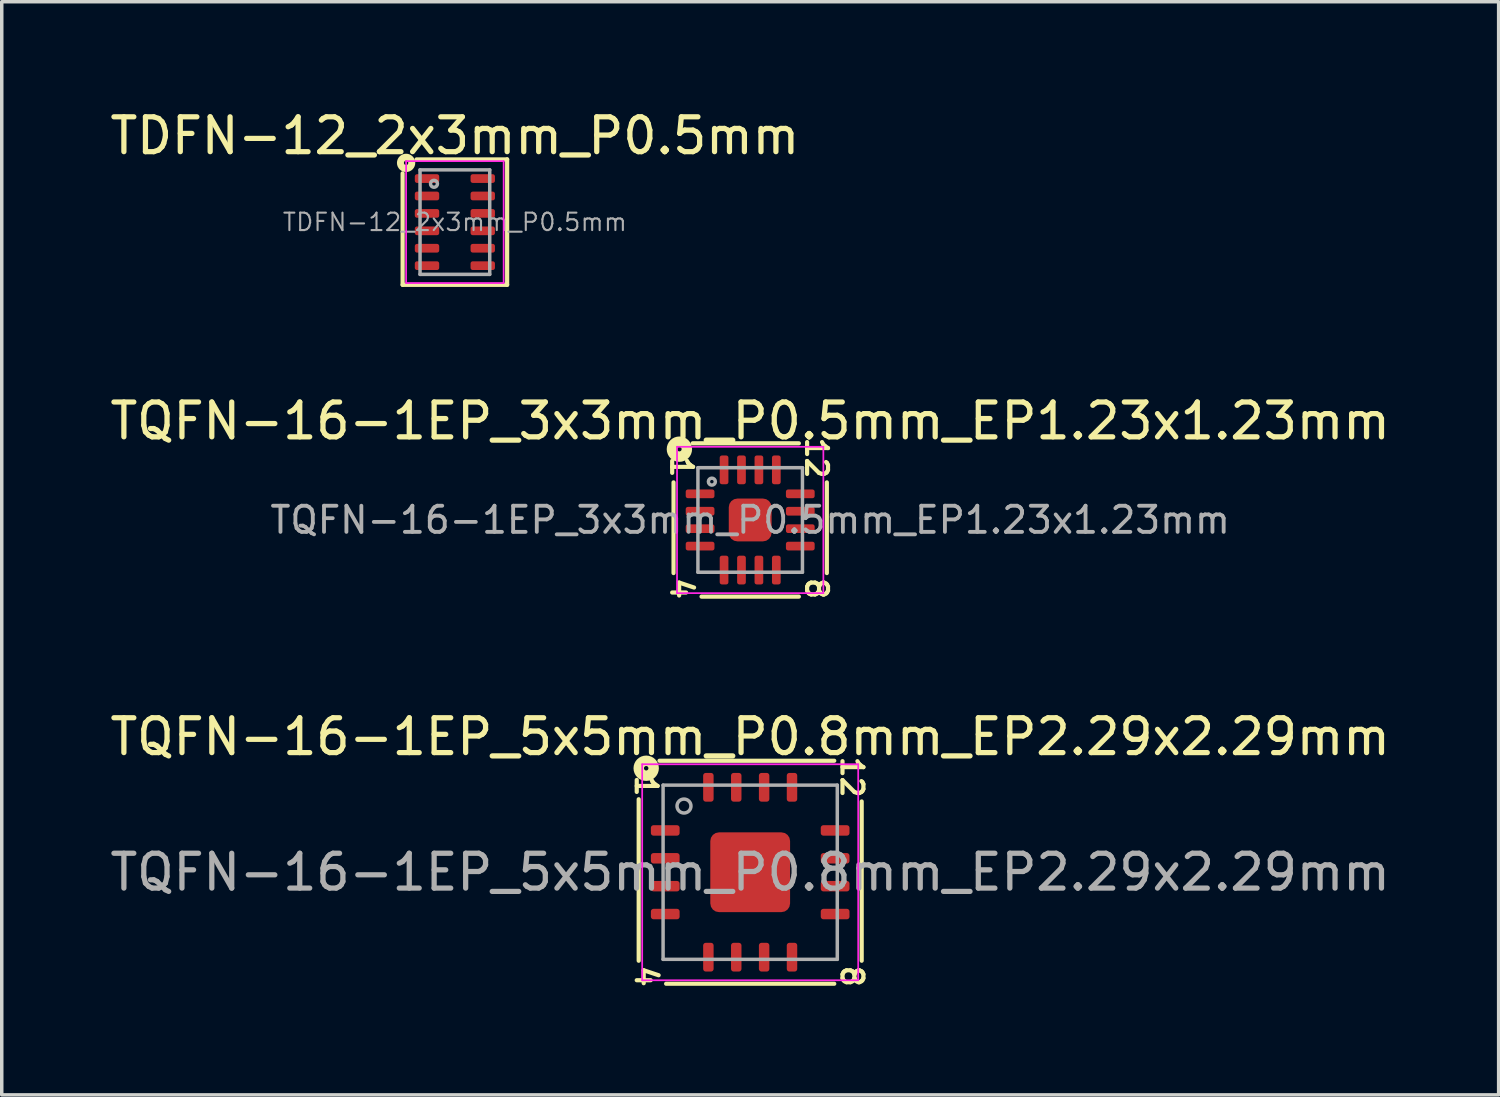
<source format=kicad_pcb>
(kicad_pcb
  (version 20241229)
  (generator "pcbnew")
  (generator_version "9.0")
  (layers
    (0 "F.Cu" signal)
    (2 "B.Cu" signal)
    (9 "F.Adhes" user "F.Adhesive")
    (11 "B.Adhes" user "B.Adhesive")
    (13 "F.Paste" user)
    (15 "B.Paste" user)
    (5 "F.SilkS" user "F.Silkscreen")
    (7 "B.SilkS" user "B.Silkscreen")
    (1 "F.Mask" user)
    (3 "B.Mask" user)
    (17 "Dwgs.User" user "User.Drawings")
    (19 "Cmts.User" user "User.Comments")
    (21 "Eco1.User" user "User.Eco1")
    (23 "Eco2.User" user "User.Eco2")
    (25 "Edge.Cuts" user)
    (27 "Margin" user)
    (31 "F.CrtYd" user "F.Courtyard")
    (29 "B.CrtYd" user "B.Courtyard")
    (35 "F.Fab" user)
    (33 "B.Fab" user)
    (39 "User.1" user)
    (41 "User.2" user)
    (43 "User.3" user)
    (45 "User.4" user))
  (footprint "TDFN-12_2x3mm_P0.5mm"
    (layer "F.Cu")
    (at 10.006 3.325)
    (property "Reference" "TDFN-12_2x3mm_P0.5mm" (at 0 -2.477 0) (layer "F.SilkS") (effects (font (size 1 1) (thickness 0.15))))
    (attr smd)
    (fp_line (start -1.5 -1.4) (end -1.5 1.8) (stroke (width 0.12) (type solid)) (layer "F.SilkS"))
    (fp_line (start -1.5 1.8) (end 1.5 1.8) (stroke (width 0.12) (type solid)) (layer "F.SilkS"))
    (fp_line (start 1.5 -1.8) (end -1.1 -1.8) (stroke (width 0.12) (type solid)) (layer "F.SilkS"))
    (fp_line (start 1.5 1.8) (end 1.5 -1.8) (stroke (width 0.12) (type solid)) (layer "F.SilkS"))
    (fp_circle (center -1.4 -1.7) (end -1.337 -1.7) (stroke (width 0.2) (type solid)) (fill no) (layer "F.SilkS"))
    (fp_line (start -1.4 -1.75) (end -1.4 1.75) (stroke (width 0.05) (type solid)) (layer "F.CrtYd"))
    (fp_line (start -1.4 1.75) (end 1.4 1.75) (stroke (width 0.05) (type solid)) (layer "F.CrtYd"))
    (fp_line (start 1.4 -1.75) (end -1.4 -1.75) (stroke (width 0.05) (type solid)) (layer "F.CrtYd"))
    (fp_line (start 1.4 1.75) (end 1.4 -1.75) (stroke (width 0.05) (type solid)) (layer "F.CrtYd"))
    (fp_line (start -1 -1.5) (end 1 -1.5) (stroke (width 0.1) (type solid)) (layer "F.Fab"))
    (fp_line (start -1 1.5) (end -1 -1.5) (stroke (width 0.1) (type solid)) (layer "F.Fab"))
    (fp_line (start 1 -1.5) (end 1 1.5) (stroke (width 0.1) (type solid)) (layer "F.Fab"))
    (fp_line (start 1 1.5) (end -1 1.5) (stroke (width 0.1) (type solid)) (layer "F.Fab"))
    (fp_circle (center -0.6 -1.1) (end -0.5 -1.1) (stroke (width 0.1) (type solid)) (fill no) (layer "F.Fab"))
    (fp_text user "${REFERENCE}" (at 0 0 0) (layer "F.Fab") (effects (font (size 0.5 0.5) (thickness 0.06))))
    (pad "1" smd roundrect (at -0.8 -1.25) (size 0.7 0.25) (layers "F.Cu" "F.Mask" "F.Paste") (roundrect_rratio 0.25))
    (pad "2" smd roundrect (at -0.8 -0.75) (size 0.7 0.25) (layers "F.Cu" "F.Mask" "F.Paste") (roundrect_rratio 0.25))
    (pad "3" smd roundrect (at -0.8 -0.25) (size 0.7 0.25) (layers "F.Cu" "F.Mask" "F.Paste") (roundrect_rratio 0.25))
    (pad "4" smd roundrect (at -0.8 0.25) (size 0.7 0.25) (layers "F.Cu" "F.Mask" "F.Paste") (roundrect_rratio 0.25))
    (pad "5" smd roundrect (at -0.8 0.75) (size 0.7 0.25) (layers "F.Cu" "F.Mask" "F.Paste") (roundrect_rratio 0.25))
    (pad "6" smd roundrect (at -0.8 1.25) (size 0.7 0.25) (layers "F.Cu" "F.Mask" "F.Paste") (roundrect_rratio 0.25))
    (pad "7" smd roundrect (at 0.8 1.25) (size 0.7 0.25) (layers "F.Cu" "F.Mask" "F.Paste") (roundrect_rratio 0.25))
    (pad "8" smd roundrect (at 0.8 0.75) (size 0.7 0.25) (layers "F.Cu" "F.Mask" "F.Paste") (roundrect_rratio 0.25))
    (pad "9" smd roundrect (at 0.8 0.25) (size 0.7 0.25) (layers "F.Cu" "F.Mask" "F.Paste") (roundrect_rratio 0.25))
    (pad "10" smd roundrect (at 0.8 -0.25) (size 0.7 0.25) (layers "F.Cu" "F.Mask" "F.Paste") (roundrect_rratio 0.25))
    (pad "11" smd roundrect (at 0.8 -0.75) (size 0.7 0.25) (layers "F.Cu" "F.Mask" "F.Paste") (roundrect_rratio 0.25))
    (pad "12" smd roundrect (at 0.8 -1.25) (size 0.7 0.25) (layers "F.Cu" "F.Mask" "F.Paste") (roundrect_rratio 0.25)))
  (footprint "TQFN-16-1EP_3x3mm_P0.5mm_EP1.23x1.23mm"
    (layer "F.Cu")
    (at 18.482 11.874)
    (property "Reference" "TQFN-16-1EP_3x3mm_P0.5mm_EP1.23x1.23mm" (at 0 -2.841 0) (layer "F.SilkS") (effects (font (size 1 1) (thickness 0.15))))
    (attr smd)
    (fp_line (start -2.2 -1.079) (end -2.2 1.524) (stroke (width 0.12) (type solid)) (layer "F.SilkS"))
    (fp_line (start -1.397 2.2) (end 1.397 2.2) (stroke (width 0.12) (type solid)) (layer "F.SilkS"))
    (fp_line (start 1.397 -2.2) (end -1.651 -2.2) (stroke (width 0.12) (type solid)) (layer "F.SilkS"))
    (fp_line (start 2.2 1.524) (end 2.2 -1.079) (stroke (width 0.12) (type solid)) (layer "F.SilkS"))
    (fp_circle (center -2.032 -2.032) (end -1.968 -2.032) (stroke (width 0.3) (type solid)) (fill no) (layer "F.SilkS"))
    (fp_line (start -2.1 -2.1) (end -2.1 2.1) (stroke (width 0.05) (type solid)) (layer "F.CrtYd"))
    (fp_line (start -2.1 2.1) (end 2.1 2.1) (stroke (width 0.05) (type solid)) (layer "F.CrtYd"))
    (fp_line (start 2.1 -2.1) (end -2.1 -2.1) (stroke (width 0.05) (type solid)) (layer "F.CrtYd"))
    (fp_line (start 2.1 2.1) (end 2.1 -2.1) (stroke (width 0.05) (type solid)) (layer "F.CrtYd"))
    (fp_line (start -1.5 -1.5) (end 1.5 -1.5) (stroke (width 0.1) (type solid)) (layer "F.Fab"))
    (fp_line (start -1.5 1.5) (end -1.5 -1.5) (stroke (width 0.1) (type solid)) (layer "F.Fab"))
    (fp_line (start 1.5 -1.5) (end 1.5 1.5) (stroke (width 0.1) (type solid)) (layer "F.Fab"))
    (fp_line (start 1.5 1.5) (end -1.5 1.5) (stroke (width 0.1) (type solid)) (layer "F.Fab"))
    (fp_circle (center -1.1 -1.1) (end -1 -1.1) (stroke (width 0.1) (type solid)) (fill no) (layer "F.Fab"))
    (fp_text user "4" (at -1.968 1.968 270) (unlocked yes) (layer "F.SilkS") (effects (font (size 0.6 0.6) (thickness 0.12))))
    (fp_text user "12" (at 1.905 -1.778 270) (unlocked yes) (layer "F.SilkS") (effects (font (size 0.6 0.6) (thickness 0.12))))
    (fp_text user "1" (at -1.968 -1.524 270) (unlocked yes) (layer "F.SilkS") (effects (font (size 0.6 0.6) (thickness 0.12))))
    (fp_text user "8" (at 1.905 1.968 270) (unlocked yes) (layer "F.SilkS") (effects (font (size 0.6 0.6) (thickness 0.12))))
    (fp_text user "${REFERENCE}" (at 0 0 0) (layer "F.Fab") (effects (font (size 0.75 0.75) (thickness 0.11))))
    (pad "" smd roundrect (at -0.31 -0.31) (size 0.5 0.5) (layers "F.Paste") (roundrect_rratio 0.25))
    (pad "" smd roundrect (at -0.31 0.31) (size 0.5 0.5) (layers "F.Paste") (roundrect_rratio 0.25))
    (pad "" smd roundrect (at 0.31 -0.31) (size 0.5 0.5) (layers "F.Paste") (roundrect_rratio 0.25))
    (pad "" smd roundrect (at 0.31 0.31) (size 0.5 0.5) (layers "F.Paste") (roundrect_rratio 0.25))
    (pad "1" smd roundrect (at -1.438 -0.75) (size 0.825 0.25) (layers "F.Cu" "F.Mask" "F.Paste") (roundrect_rratio 0.25))
    (pad "2" smd roundrect (at -1.438 -0.25) (size 0.825 0.25) (layers "F.Cu" "F.Mask" "F.Paste") (roundrect_rratio 0.25))
    (pad "3" smd roundrect (at -1.438 0.25) (size 0.825 0.25) (layers "F.Cu" "F.Mask" "F.Paste") (roundrect_rratio 0.25))
    (pad "4" smd roundrect (at -1.438 0.75) (size 0.825 0.25) (layers "F.Cu" "F.Mask" "F.Paste") (roundrect_rratio 0.25))
    (pad "5" smd roundrect (at -0.75 1.438) (size 0.25 0.825) (layers "F.Cu" "F.Mask" "F.Paste") (roundrect_rratio 0.25))
    (pad "6" smd roundrect (at -0.25 1.438) (size 0.25 0.825) (layers "F.Cu" "F.Mask" "F.Paste") (roundrect_rratio 0.25))
    (pad "7" smd roundrect (at 0.25 1.438) (size 0.25 0.825) (layers "F.Cu" "F.Mask" "F.Paste") (roundrect_rratio 0.25))
    (pad "8" smd roundrect (at 0.75 1.438) (size 0.25 0.825) (layers "F.Cu" "F.Mask" "F.Paste") (roundrect_rratio 0.25))
    (pad "9" smd roundrect (at 1.438 0.75) (size 0.825 0.25) (layers "F.Cu" "F.Mask" "F.Paste") (roundrect_rratio 0.25))
    (pad "10" smd roundrect (at 1.438 0.25) (size 0.825 0.25) (layers "F.Cu" "F.Mask" "F.Paste") (roundrect_rratio 0.25))
    (pad "11" smd roundrect (at 1.438 -0.25) (size 0.825 0.25) (layers "F.Cu" "F.Mask" "F.Paste") (roundrect_rratio 0.25))
    (pad "12" smd roundrect (at 1.438 -0.75) (size 0.825 0.25) (layers "F.Cu" "F.Mask" "F.Paste") (roundrect_rratio 0.25))
    (pad "13" smd roundrect (at 0.75 -1.438) (size 0.25 0.825) (layers "F.Cu" "F.Mask" "F.Paste") (roundrect_rratio 0.25))
    (pad "14" smd roundrect (at 0.25 -1.438) (size 0.25 0.825) (layers "F.Cu" "F.Mask" "F.Paste") (roundrect_rratio 0.25))
    (pad "15" smd roundrect (at -0.25 -1.438) (size 0.25 0.825) (layers "F.Cu" "F.Mask" "F.Paste") (roundrect_rratio 0.25))
    (pad "16" smd roundrect (at -0.75 -1.438) (size 0.25 0.825) (layers "F.Cu" "F.Mask" "F.Paste") (roundrect_rratio 0.25))
    (pad "17" smd roundrect (at 0 0) (size 1.23 1.23) (layers "F.Cu" "F.Mask") (roundrect_rratio 0.203)))
  (footprint "TQFN-16-1EP_5x5mm_P0.8mm_EP2.29x2.29mm"
    (layer "F.Cu")
    (at 18.482 21.985)
    (property "Reference" "TQFN-16-1EP_5x5mm_P0.8mm_EP2.29x2.29mm" (at 0 -3.889 0) (layer "F.SilkS") (effects (font (size 1 1) (thickness 0.15))))
    (attr smd)
    (fp_line (start -3.2 -2.095) (end -3.2 2.54) (stroke (width 0.12) (type solid)) (layer "F.SilkS"))
    (fp_line (start -2.413 3.2) (end 2.413 3.2) (stroke (width 0.12) (type solid)) (layer "F.SilkS"))
    (fp_line (start 2.413 -3.2) (end -2.603 -3.2) (stroke (width 0.12) (type solid)) (layer "F.SilkS"))
    (fp_line (start 3.2 2.54) (end 3.2 -2.032) (stroke (width 0.12) (type solid)) (layer "F.SilkS"))
    (fp_circle (center -2.985 -2.985) (end -2.921 -2.985) (stroke (width 0.3) (type solid)) (fill no) (layer "F.SilkS"))
    (fp_line (start -3.1 -3.1) (end -3.1 3.1) (stroke (width 0.05) (type solid)) (layer "F.CrtYd"))
    (fp_line (start -3.1 3.1) (end 3.1 3.1) (stroke (width 0.05) (type solid)) (layer "F.CrtYd"))
    (fp_line (start 3.1 -3.1) (end -3.1 -3.1) (stroke (width 0.05) (type solid)) (layer "F.CrtYd"))
    (fp_line (start 3.1 3.1) (end 3.1 -3.1) (stroke (width 0.05) (type solid)) (layer "F.CrtYd"))
    (fp_line (start -2.5 -2.5) (end 2.5 -2.5) (stroke (width 0.1) (type solid)) (layer "F.Fab"))
    (fp_line (start -2.5 2.5) (end -2.5 -2.5) (stroke (width 0.1) (type solid)) (layer "F.Fab"))
    (fp_line (start 2.5 -2.5) (end 2.5 2.5) (stroke (width 0.1) (type solid)) (layer "F.Fab"))
    (fp_line (start 2.5 2.5) (end -2.5 2.5) (stroke (width 0.1) (type solid)) (layer "F.Fab"))
    (fp_circle (center -1.9 -1.9) (end -1.7 -1.9) (stroke (width 0.1) (type solid)) (fill no) (layer "F.Fab"))
    (fp_text user "1" (at -2.985 -2.477 270) (unlocked yes) (layer "F.SilkS") (effects (font (size 0.6 0.6) (thickness 0.12))))
    (fp_text user "8" (at 2.921 2.985 270) (unlocked yes) (layer "F.SilkS") (effects (font (size 0.6 0.6) (thickness 0.12))))
    (fp_text user "4" (at -2.985 2.985 270) (unlocked yes) (layer "F.SilkS") (effects (font (size 0.6 0.6) (thickness 0.12))))
    (fp_text user "12" (at 2.921 -2.731 270) (unlocked yes) (layer "F.SilkS") (effects (font (size 0.6 0.6) (thickness 0.12))))
    (fp_text user "${REFERENCE}" (at 0 0 0) (layer "F.Fab") (effects (font (size 1 1) (thickness 0.15))))
    (pad "" smd roundrect (at -0.57 -0.57) (size 0.92 0.92) (layers "F.Paste") (roundrect_rratio 0.25))
    (pad "" smd roundrect (at -0.57 0.57) (size 0.92 0.92) (layers "F.Paste") (roundrect_rratio 0.25))
    (pad "" smd roundrect (at 0.57 -0.57) (size 0.92 0.92) (layers "F.Paste") (roundrect_rratio 0.25))
    (pad "" smd roundrect (at 0.57 0.57) (size 0.92 0.92) (layers "F.Paste") (roundrect_rratio 0.25))
    (pad "1" smd roundrect (at -2.438 -1.2) (size 0.825 0.3) (layers "F.Cu" "F.Mask" "F.Paste") (roundrect_rratio 0.25))
    (pad "2" smd roundrect (at -2.438 -0.4) (size 0.825 0.3) (layers "F.Cu" "F.Mask" "F.Paste") (roundrect_rratio 0.25))
    (pad "3" smd roundrect (at -2.438 0.4) (size 0.825 0.3) (layers "F.Cu" "F.Mask" "F.Paste") (roundrect_rratio 0.25))
    (pad "4" smd roundrect (at -2.438 1.2) (size 0.825 0.3) (layers "F.Cu" "F.Mask" "F.Paste") (roundrect_rratio 0.25))
    (pad "5" smd roundrect (at -1.2 2.438) (size 0.3 0.825) (layers "F.Cu" "F.Mask" "F.Paste") (roundrect_rratio 0.25))
    (pad "6" smd roundrect (at -0.4 2.438) (size 0.3 0.825) (layers "F.Cu" "F.Mask" "F.Paste") (roundrect_rratio 0.25))
    (pad "7" smd roundrect (at 0.4 2.438) (size 0.3 0.825) (layers "F.Cu" "F.Mask" "F.Paste") (roundrect_rratio 0.25))
    (pad "8" smd roundrect (at 1.2 2.438) (size 0.3 0.825) (layers "F.Cu" "F.Mask" "F.Paste") (roundrect_rratio 0.25))
    (pad "9" smd roundrect (at 2.438 1.2) (size 0.825 0.3) (layers "F.Cu" "F.Mask" "F.Paste") (roundrect_rratio 0.25))
    (pad "10" smd roundrect (at 2.438 0.4) (size 0.825 0.3) (layers "F.Cu" "F.Mask" "F.Paste") (roundrect_rratio 0.25))
    (pad "11" smd roundrect (at 2.438 -0.4) (size 0.825 0.3) (layers "F.Cu" "F.Mask" "F.Paste") (roundrect_rratio 0.25))
    (pad "12" smd roundrect (at 2.438 -1.2) (size 0.825 0.3) (layers "F.Cu" "F.Mask" "F.Paste") (roundrect_rratio 0.25))
    (pad "13" smd roundrect (at 1.2 -2.438) (size 0.3 0.825) (layers "F.Cu" "F.Mask" "F.Paste") (roundrect_rratio 0.25))
    (pad "14" smd roundrect (at 0.4 -2.438) (size 0.3 0.825) (layers "F.Cu" "F.Mask" "F.Paste") (roundrect_rratio 0.25))
    (pad "15" smd roundrect (at -0.4 -2.438) (size 0.3 0.825) (layers "F.Cu" "F.Mask" "F.Paste") (roundrect_rratio 0.25))
    (pad "16" smd roundrect (at -1.2 -2.438) (size 0.3 0.825) (layers "F.Cu" "F.Mask" "F.Paste") (roundrect_rratio 0.25))
    (pad "17" smd roundrect (at 0 0) (size 2.29 2.29) (layers "F.Cu" "F.Mask") (roundrect_rratio 0.109)))
  (gr_rect
    (start -3 -3)
    (end 39.964 28.375)
    (stroke (width 0.1) (type default))
    (fill no)
    (layer "Edge.Cuts")))
</source>
